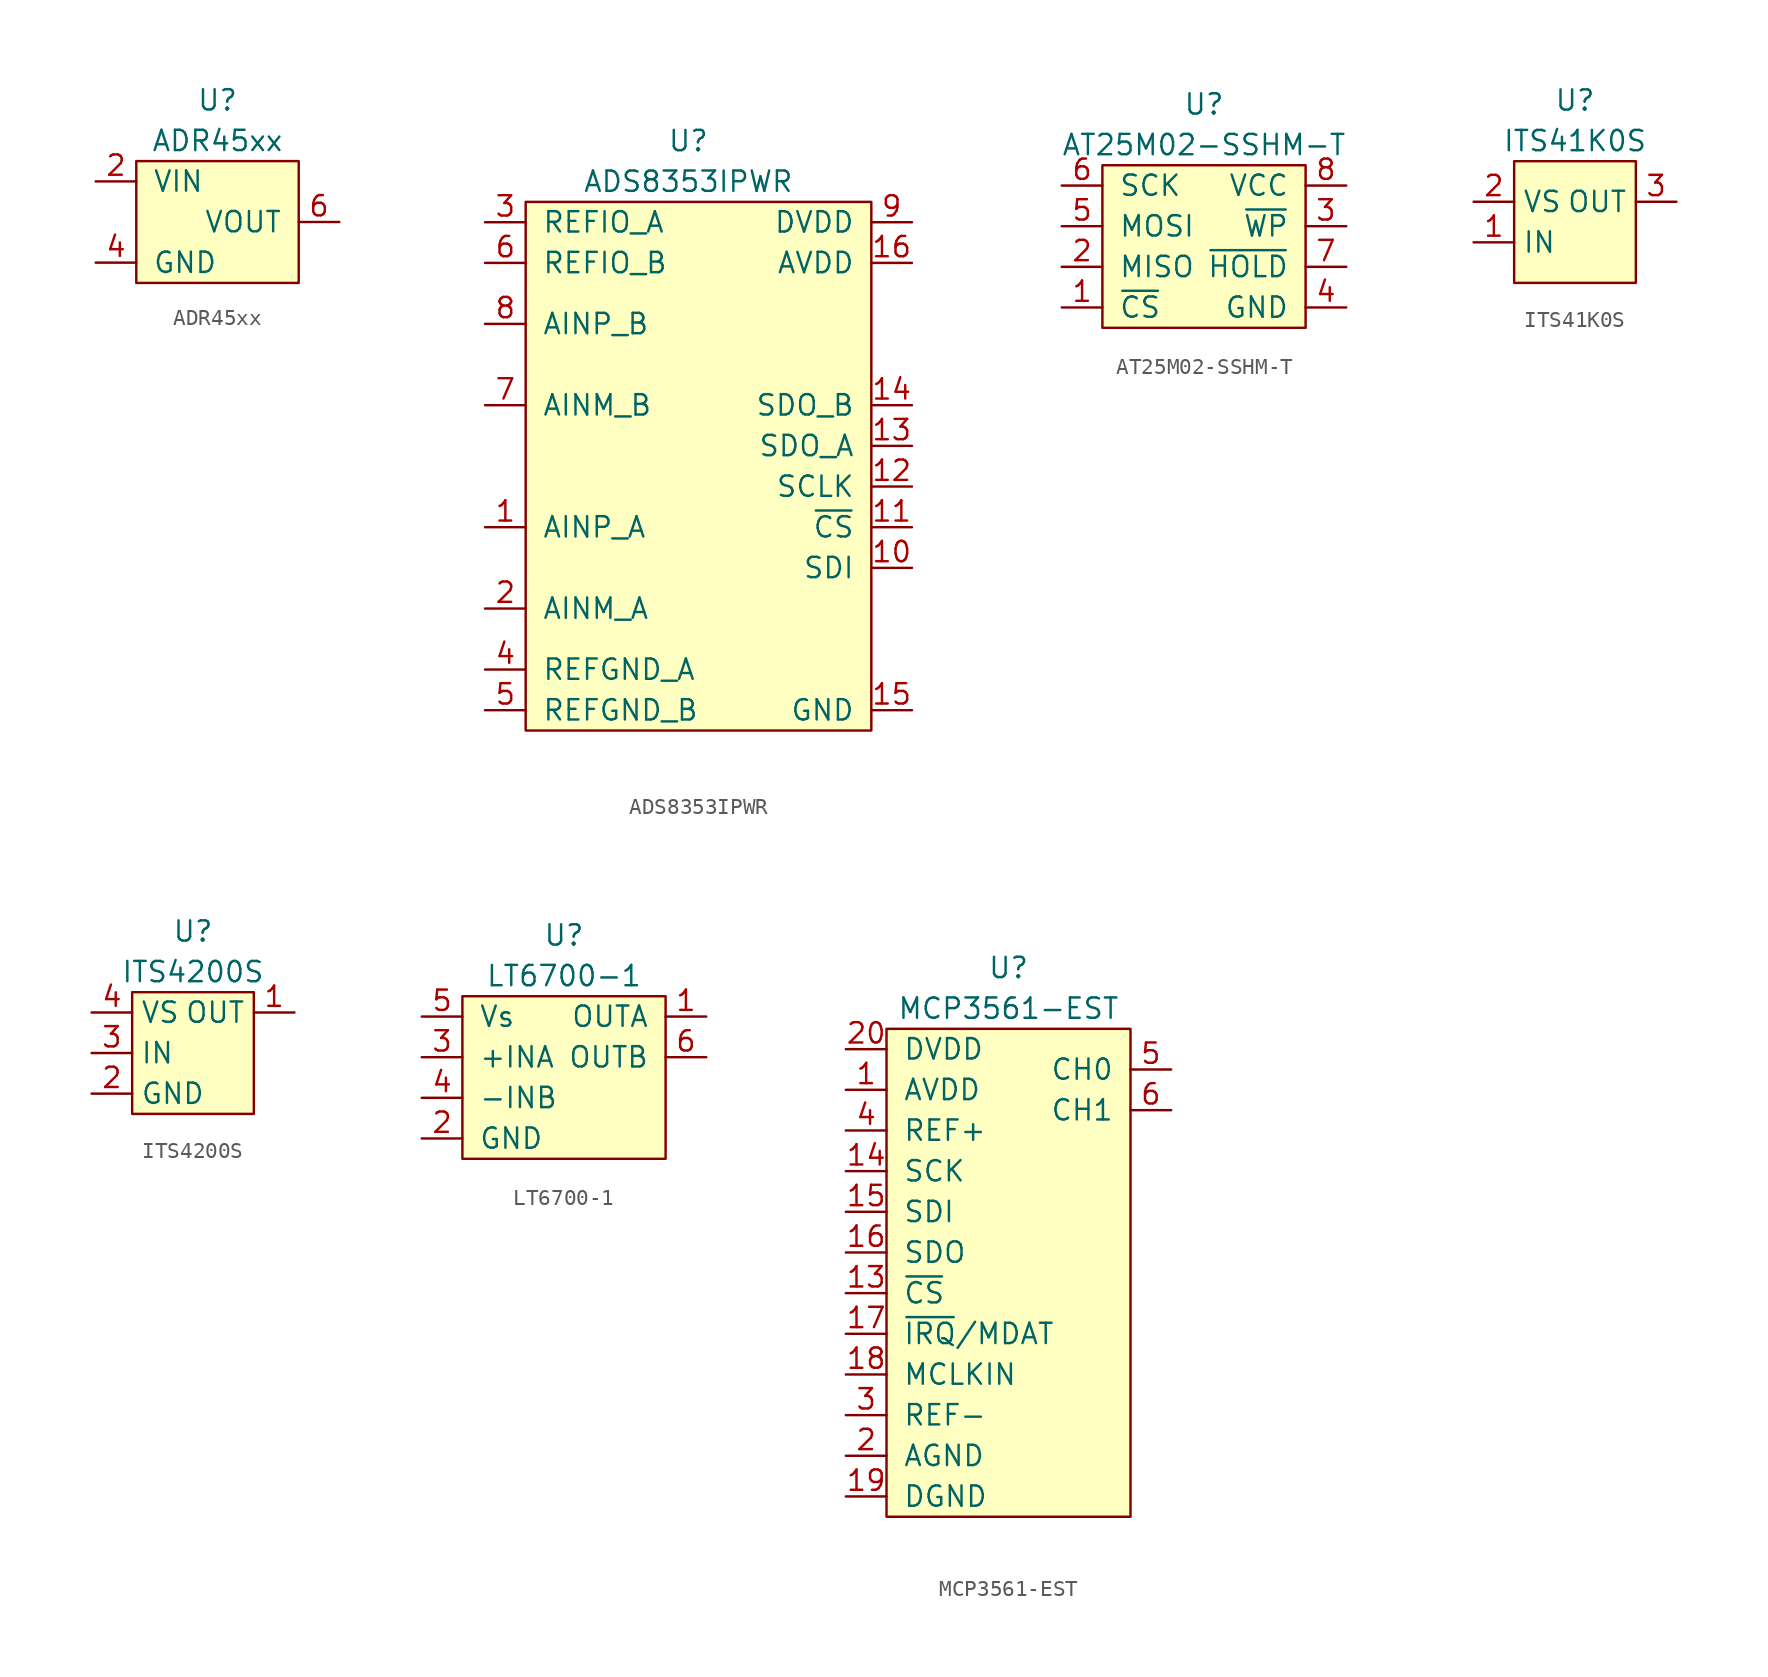
<source format=kicad_sym>
(kicad_symbol_lib
  (version 20211014)
  (generator kicad_symbol_editor)
  (symbol "ADR45xx"
    (pin_names
      (offset 1.016))
    (property "Reference" "U"
      (at 0 7.62 0)
      (effects (font (size 1.27 1.27))))
    (property "Value" "ADR45xx"
      (at 0 5.08 0)
      (effects (font (size 1.27 1.27))))
    (symbol "ADR45xx_0_1"
      (rectangle (start -5.08 3.81) (end 5.08 -3.81) (stroke (width 0) (type default) (color 0 0 0 0)) (fill (type background))))
    (symbol "ADR45xx_1_1"
      (pin power_in line (at -7.62 2.54 0) (length 2.54) (name "VIN" (effects (font (size 1.27 1.27)))) (number "2" (effects (font (size 1.27 1.27)))))
      (pin power_in line (at -7.62 -2.54 0) (length 2.54) (name "GND" (effects (font (size 1.27 1.27)))) (number "4" (effects (font (size 1.27 1.27)))))
      (pin power_in line (at 7.62 0 180) (length 2.54) (name "VOUT" (effects (font (size 1.27 1.27)))) (number "6" (effects (font (size 1.27 1.27)))))))
  (symbol "ADS8353IPWR"
    (pin_names
      (offset 1.016))
    (property "Reference" "U"
      (at -1.27 20.32 0)
      (effects (font (size 1.27 1.27))))
    (property "Value" "ADS8353IPWR"
      (at -1.27 17.78 0)
      (effects (font (size 1.27 1.27))))
    (symbol "ADS8353IPWR_0_1"
      (rectangle (start -11.43 16.51) (end 10.16 -16.51) (stroke (width 0) (type default) (color 0 0 0 0)) (fill (type background))))
    (symbol "ADS8353IPWR_1_1"
      (pin input line (at -13.97 -3.81 0) (length 2.54) (name "AINP_A" (effects (font (size 1.27 1.27)))) (number "1" (effects (font (size 1.27 1.27)))))
      (pin input line (at 12.7 -6.35 180) (length 2.54) (name "SDI" (effects (font (size 1.27 1.27)))) (number "10" (effects (font (size 1.27 1.27)))))
      (pin input line (at 12.7 -3.81 180) (length 2.54) (name "~{CS}" (effects (font (size 1.27 1.27)))) (number "11" (effects (font (size 1.27 1.27)))))
      (pin input line (at 12.7 -1.27 180) (length 2.54) (name "SCLK" (effects (font (size 1.27 1.27)))) (number "12" (effects (font (size 1.27 1.27)))))
      (pin output line (at 12.7 1.27 180) (length 2.54) (name "SDO_A" (effects (font (size 1.27 1.27)))) (number "13" (effects (font (size 1.27 1.27)))))
      (pin output line (at 12.7 3.81 180) (length 2.54) (name "SDO_B" (effects (font (size 1.27 1.27)))) (number "14" (effects (font (size 1.27 1.27)))))
      (pin input line (at 12.7 -15.24 180) (length 2.54) (name "GND" (effects (font (size 1.27 1.27)))) (number "15" (effects (font (size 1.27 1.27)))))
      (pin power_in line (at 12.7 12.7 180) (length 2.54) (name "AVDD" (effects (font (size 1.27 1.27)))) (number "16" (effects (font (size 1.27 1.27)))))
      (pin input line (at -13.97 -8.89 0) (length 2.54) (name "AINM_A" (effects (font (size 1.27 1.27)))) (number "2" (effects (font (size 1.27 1.27)))))
      (pin power_in line (at -13.97 15.24 0) (length 2.54) (name "REFIO_A" (effects (font (size 1.27 1.27)))) (number "3" (effects (font (size 1.27 1.27)))))
      (pin input line (at -13.97 -12.7 0) (length 2.54) (name "REFGND_A" (effects (font (size 1.27 1.27)))) (number "4" (effects (font (size 1.27 1.27)))))
      (pin input line (at -13.97 -15.24 0) (length 2.54) (name "REFGND_B" (effects (font (size 1.27 1.27)))) (number "5" (effects (font (size 1.27 1.27)))))
      (pin power_in line (at -13.97 12.7 0) (length 2.54) (name "REFIO_B" (effects (font (size 1.27 1.27)))) (number "6" (effects (font (size 1.27 1.27)))))
      (pin input line (at -13.97 3.81 0) (length 2.54) (name "AINM_B" (effects (font (size 1.27 1.27)))) (number "7" (effects (font (size 1.27 1.27)))))
      (pin input line (at -13.97 8.89 0) (length 2.54) (name "AINP_B" (effects (font (size 1.27 1.27)))) (number "8" (effects (font (size 1.27 1.27)))))
      (pin power_in line (at 12.7 15.24 180) (length 2.54) (name "DVDD" (effects (font (size 1.27 1.27)))) (number "9" (effects (font (size 1.27 1.27)))))))
  (symbol "AT25M02-SSHM-T"
    (pin_names
      (offset 1.016))
    (property "Reference" "U"
      (at 0 8.89 0)
      (effects (font (size 1.27 1.27))))
    (property "Value" "AT25M02-SSHM-T"
      (at 0 6.35 0)
      (effects (font (size 1.27 1.27))))
    (symbol "AT25M02-SSHM-T_0_1"
      (rectangle (start -6.35 5.08) (end 6.35 -5.08) (stroke (width 0) (type default) (color 0 0 0 0)) (fill (type background))))
    (symbol "AT25M02-SSHM-T_1_1"
      (pin input line (at -8.89 -3.81 0) (length 2.54) (name "~{CS}" (effects (font (size 1.27 1.27)))) (number "1" (effects (font (size 1.27 1.27)))))
      (pin tri_state line (at -8.89 -1.27 0) (length 2.54) (name "MISO" (effects (font (size 1.27 1.27)))) (number "2" (effects (font (size 1.27 1.27)))))
      (pin input line (at 8.89 1.27 180) (length 2.54) (name "~{WP}" (effects (font (size 1.27 1.27)))) (number "3" (effects (font (size 1.27 1.27)))))
      (pin power_in line (at 8.89 -3.81 180) (length 2.54) (name "GND" (effects (font (size 1.27 1.27)))) (number "4" (effects (font (size 1.27 1.27)))))
      (pin input line (at -8.89 1.27 0) (length 2.54) (name "MOSI" (effects (font (size 1.27 1.27)))) (number "5" (effects (font (size 1.27 1.27)))))
      (pin input line (at -8.89 3.81 0) (length 2.54) (name "SCK" (effects (font (size 1.27 1.27)))) (number "6" (effects (font (size 1.27 1.27)))))
      (pin input line (at 8.89 -1.27 180) (length 2.54) (name "~{HOLD}" (effects (font (size 1.27 1.27)))) (number "7" (effects (font (size 1.27 1.27)))))
      (pin power_in line (at 8.89 3.81 180) (length 2.54) (name "VCC" (effects (font (size 1.27 1.27)))) (number "8" (effects (font (size 1.27 1.27)))))))
  (symbol "ITS41K0S"
    (property "Reference" "U"
      (at 0 8.89 0)
      (effects (font (size 1.27 1.27))))
    (property "Value" "ITS41K0S"
      (at 0 6.35 0)
      (effects (font (size 1.27 1.27))))
    (symbol "ITS41K0S_0_1"
      (rectangle (start -3.81 5.08) (end 3.81 -2.54) (stroke (width 0.152) (type default) (color 0 0 0 0)) (fill (type background))))
    (symbol "ITS41K0S_1_1"
      (pin input line (at -6.35 0 0) (length 2.54) (name "IN" (effects (font (size 1.27 1.27)))) (number "1" (effects (font (size 1.27 1.27)))))
      (pin input line (at -6.35 2.54 0) (length 2.54) (name "VS" (effects (font (size 1.27 1.27)))) (number "2" (effects (font (size 1.27 1.27)))))
      (pin power_out line (at 6.35 2.54 180) (length 2.54) (name "OUT" (effects (font (size 1.27 1.27)))) (number "3" (effects (font (size 1.27 1.27)))))
      (pin input line (at -6.35 2.54 0) (length 2.54) hide (name "VS" (effects (font (size 1.27 1.27)))) (number "4" (effects (font (size 1.27 1.27)))))))
  (symbol "ITS4200S"
    (property "Reference" "U"
      (at 0 7.62 0)
      (effects (font (size 1.27 1.27))))
    (property "Value" "ITS4200S"
      (at 0 5.08 0)
      (effects (font (size 1.27 1.27))))
    (symbol "ITS4200S_0_1"
      (rectangle (start -3.81 3.81) (end 3.81 -3.81) (stroke (width 0.152) (type default) (color 0 0 0 0)) (fill (type background))))
    (symbol "ITS4200S_1_1"
      (pin power_out line (at 6.35 2.54 180) (length 2.54) (name "OUT" (effects (font (size 1.27 1.27)))) (number "1" (effects (font (size 1.27 1.27)))))
      (pin input line (at -6.35 -2.54 0) (length 2.54) (name "GND" (effects (font (size 1.27 1.27)))) (number "2" (effects (font (size 1.27 1.27)))))
      (pin input line (at -6.35 0 0) (length 2.54) (name "IN" (effects (font (size 1.27 1.27)))) (number "3" (effects (font (size 1.27 1.27)))))
      (pin input line (at -6.35 2.54 0) (length 2.54) (name "VS" (effects (font (size 1.27 1.27)))) (number "4" (effects (font (size 1.27 1.27)))))))
  (symbol "LT6700-1"
    (pin_names
      (offset 1.016))
    (property "Reference" "U"
      (at 0 8.89 0)
      (effects (font (size 1.27 1.27))))
    (property "Value" "LT6700-1"
      (at 0 6.35 0)
      (effects (font (size 1.27 1.27))))
    (symbol "LT6700-1_0_1"
      (rectangle (start -6.35 5.08) (end 6.35 -5.08) (stroke (width 0) (type default) (color 0 0 0 0)) (fill (type background))))
    (symbol "LT6700-1_1_1"
      (pin open_collector line (at 8.89 3.81 180) (length 2.54) (name "OUTA" (effects (font (size 1.27 1.27)))) (number "1" (effects (font (size 1.27 1.27)))))
      (pin power_in line (at -8.89 -3.81 0) (length 2.54) (name "GND" (effects (font (size 1.27 1.27)))) (number "2" (effects (font (size 1.27 1.27)))))
      (pin input line (at -8.89 1.27 0) (length 2.54) (name "+INA" (effects (font (size 1.27 1.27)))) (number "3" (effects (font (size 1.27 1.27)))))
      (pin input line (at -8.89 -1.27 0) (length 2.54) (name "-INB" (effects (font (size 1.27 1.27)))) (number "4" (effects (font (size 1.27 1.27)))))
      (pin power_in line (at -8.89 3.81 0) (length 2.54) (name "Vs" (effects (font (size 1.27 1.27)))) (number "5" (effects (font (size 1.27 1.27)))))
      (pin open_collector line (at 8.89 1.27 180) (length 2.54) (name "OUTB" (effects (font (size 1.27 1.27)))) (number "6" (effects (font (size 1.27 1.27)))))))
  (symbol "MCP3561-EST"
    (pin_names
      (offset 1.016))
    (property "Reference" "U"
      (at 0 15.24 0)
      (effects (font (size 1.27 1.27))))
    (property "Value" "MCP3561-EST"
      (at 0 12.7 0)
      (effects (font (size 1.27 1.27))))
    (symbol "MCP3561-EST_1_1"
      (rectangle (start -7.62 11.43) (end 7.62 -19.05) (stroke (width 0) (type default) (color 0 0 0 0)) (fill (type background)))
      (pin power_in line (at -10.16 7.62 0) (length 2.54) (name "AVDD" (effects (font (size 1.27 1.27)))) (number "1" (effects (font (size 1.27 1.27)))))
      (pin input line (at -10.16 -5.08 0) (length 2.54) (name "~{CS}" (effects (font (size 1.27 1.27)))) (number "13" (effects (font (size 1.27 1.27)))))
      (pin input line (at -10.16 2.54 0) (length 2.54) (name "SCK" (effects (font (size 1.27 1.27)))) (number "14" (effects (font (size 1.27 1.27)))))
      (pin input line (at -10.16 0 0) (length 2.54) (name "SDI" (effects (font (size 1.27 1.27)))) (number "15" (effects (font (size 1.27 1.27)))))
      (pin output line (at -10.16 -2.54 0) (length 2.54) (name "SDO" (effects (font (size 1.27 1.27)))) (number "16" (effects (font (size 1.27 1.27)))))
      (pin output line (at -10.16 -7.62 0) (length 2.54) (name "~{IRQ}/MDAT" (effects (font (size 1.27 1.27)))) (number "17" (effects (font (size 1.27 1.27)))))
      (pin input line (at -10.16 -10.16 0) (length 2.54) (name "MCLKIN" (effects (font (size 1.27 1.27)))) (number "18" (effects (font (size 1.27 1.27)))))
      (pin power_in line (at -10.16 -17.78 0) (length 2.54) (name "DGND" (effects (font (size 1.27 1.27)))) (number "19" (effects (font (size 1.27 1.27)))))
      (pin power_in line (at -10.16 -15.24 0) (length 2.54) (name "AGND" (effects (font (size 1.27 1.27)))) (number "2" (effects (font (size 1.27 1.27)))))
      (pin power_in line (at -10.16 10.16 0) (length 2.54) (name "DVDD" (effects (font (size 1.27 1.27)))) (number "20" (effects (font (size 1.27 1.27)))))
      (pin power_in line (at -10.16 -12.7 0) (length 2.54) (name "REF-" (effects (font (size 1.27 1.27)))) (number "3" (effects (font (size 1.27 1.27)))))
      (pin power_in line (at -10.16 5.08 0) (length 2.54) (name "REF+" (effects (font (size 1.27 1.27)))) (number "4" (effects (font (size 1.27 1.27)))))
      (pin input line (at 10.16 8.89 180) (length 2.54) (name "CH0" (effects (font (size 1.27 1.27)))) (number "5" (effects (font (size 1.27 1.27)))))
      (pin input line (at 10.16 6.35 180) (length 2.54) (name "CH1" (effects (font (size 1.27 1.27)))) (number "6" (effects (font (size 1.27 1.27))))))))
</source>
